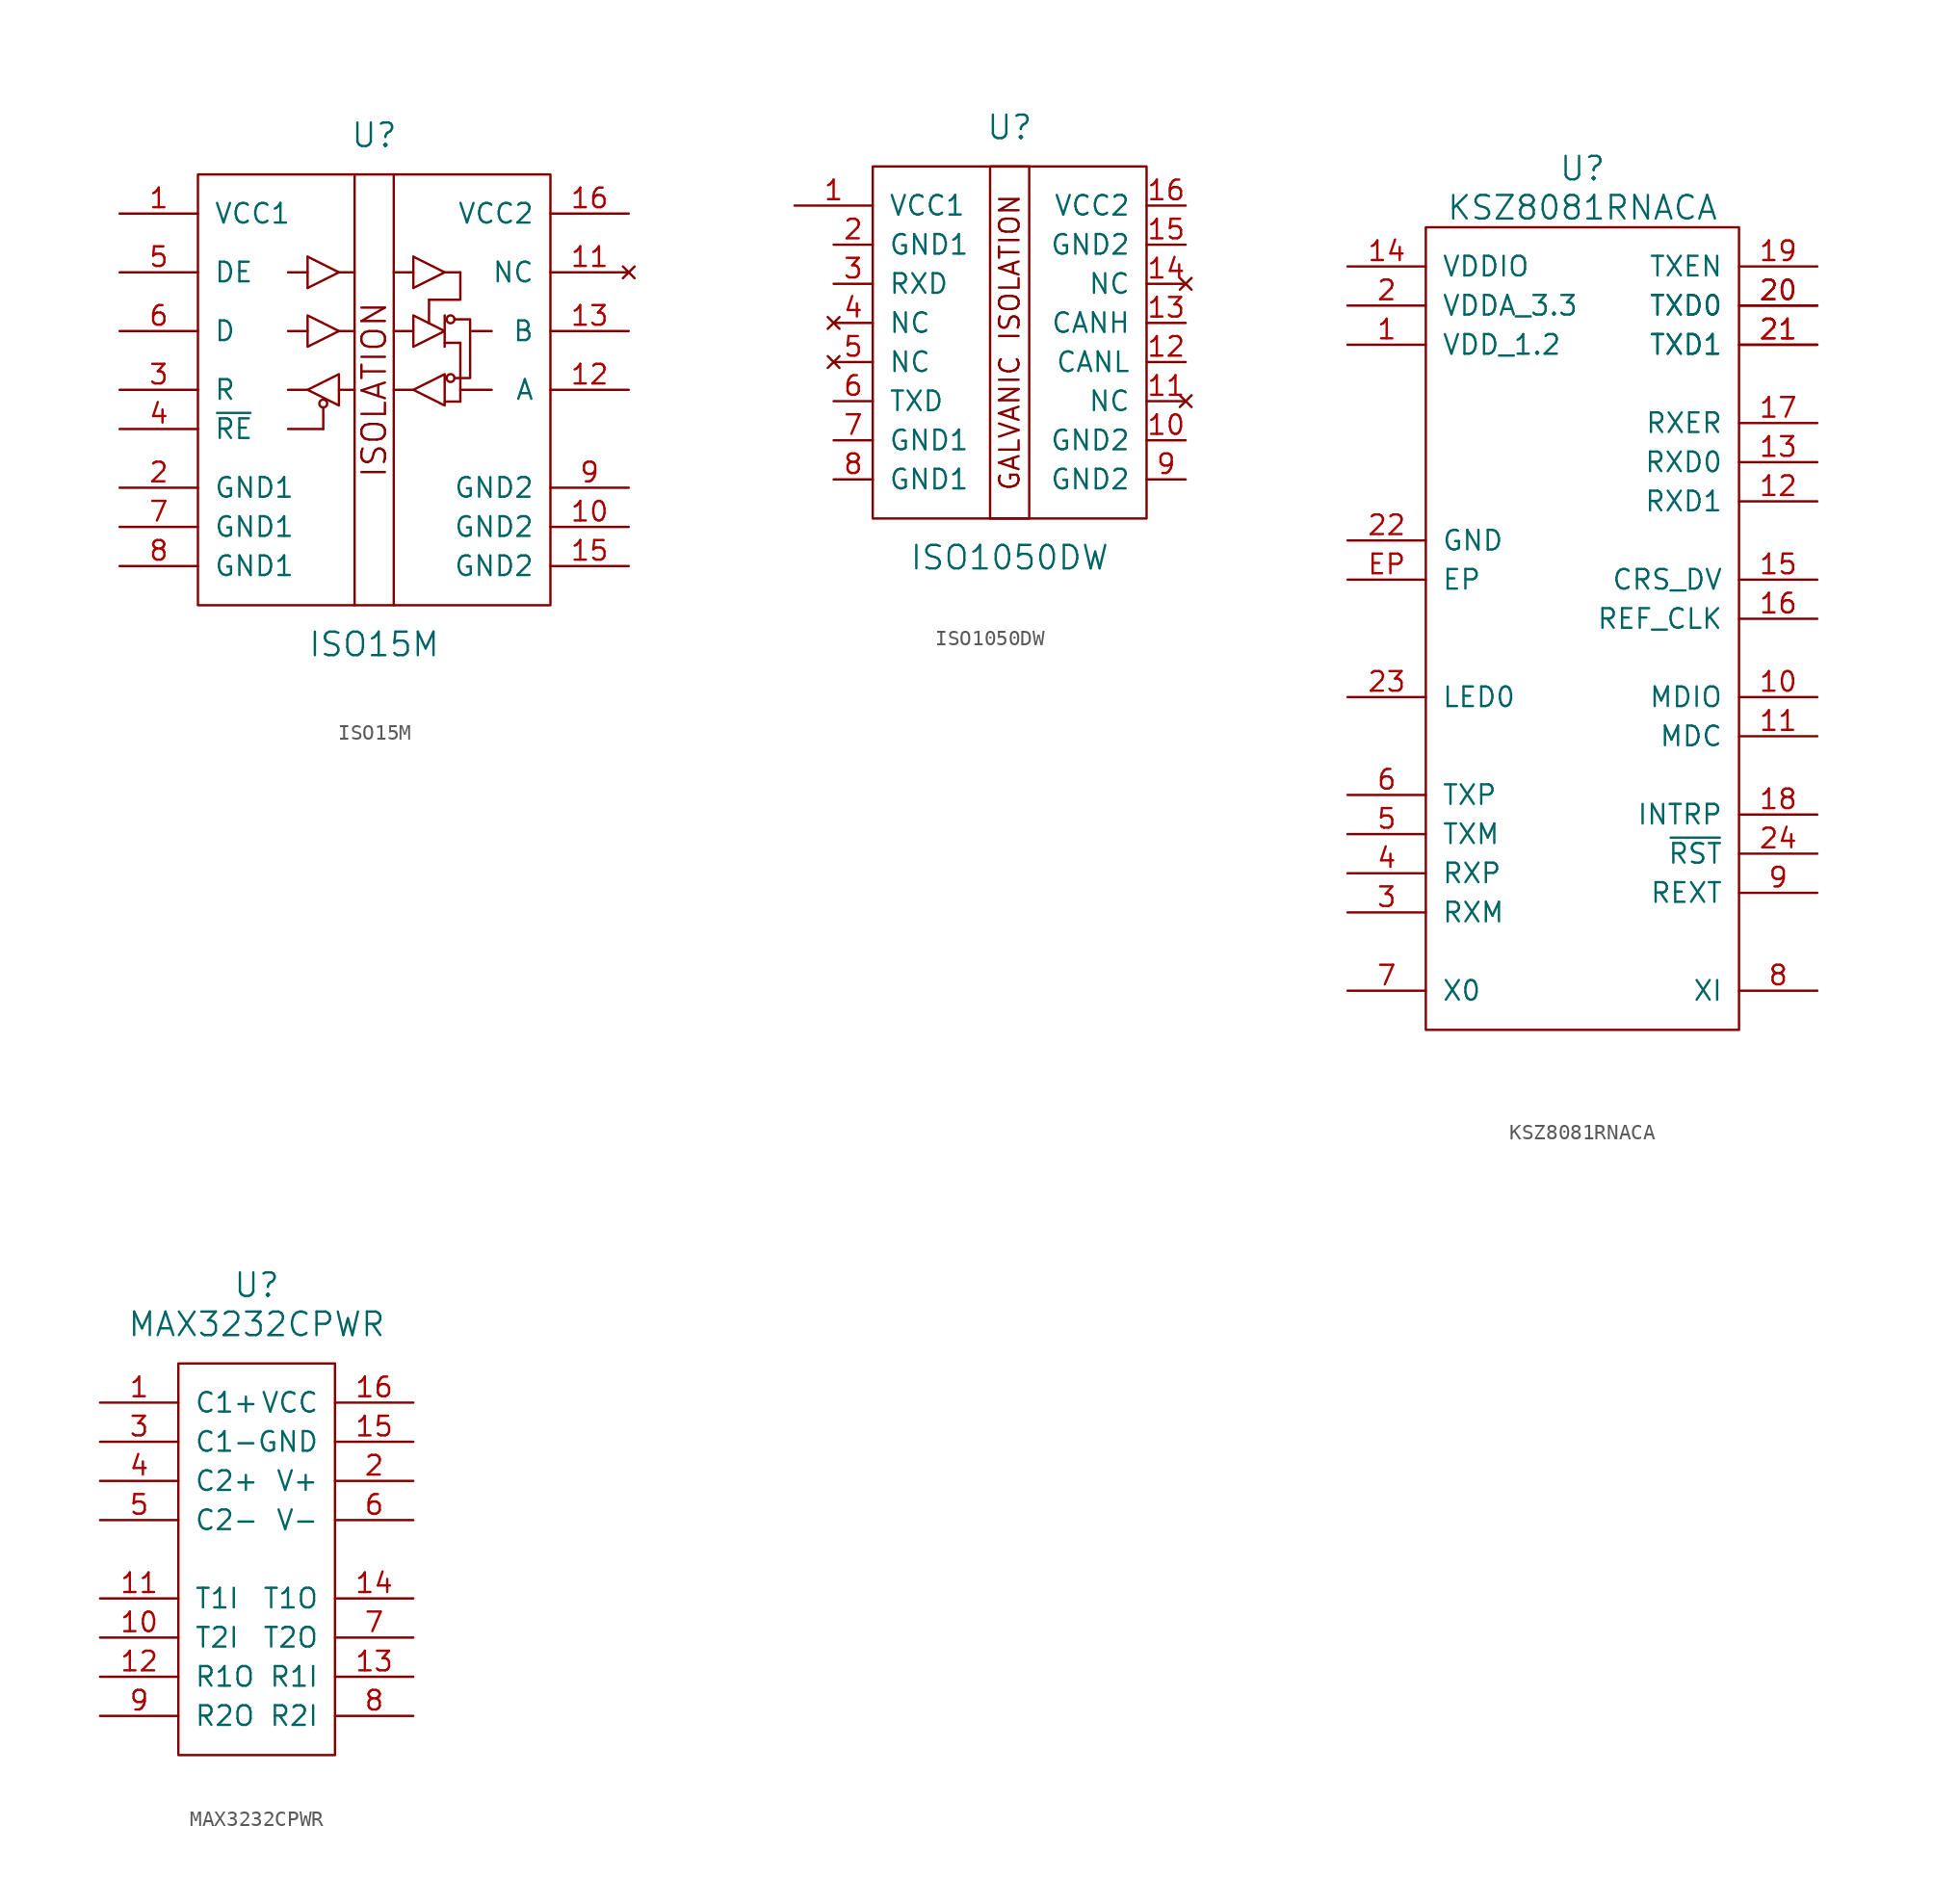
<source format=kicad_sym>
(kicad_symbol_lib
  (version 20201005)
  (generator kicad_symbol_editor)
  (symbol "ISO15M"
    (pin_names
      (offset 1.016))
    (property "Reference" "U"
      (at 0 16.51 0)
      (effects (font (size 1.524 1.524))))
    (property "Value" "ISO15M"
      (at 0 -16.51 0)
      (effects (font (size 1.524 1.524))))
    (symbol "ISO15M_0_0"
      (text "ISOLATION" (at 0 0 900) (effects (font (size 1.524 1.524)))))
    (symbol "ISO15M_0_1"
      (circle (center -3.302 -0.889) (radius 0.254) (stroke (width 0)) (fill (type none)))
      (circle (center 4.953 0.762) (radius 0.254) (stroke (width 0)) (fill (type none)))
      (circle (center 4.953 4.572) (radius 0.254) (stroke (width 0)) (fill (type none)))
      (rectangle (start -11.43 13.97) (end 11.43 -13.97) (stroke (width 0)) (fill (type none)))
      (polyline (pts (xy -5.588 0) (xy -4.318 0)) (stroke (width 0)) (fill (type none)))
      (polyline (pts (xy -5.588 3.81) (xy -4.318 3.81)) (stroke (width 0)) (fill (type none)))
      (polyline (pts (xy -4.318 7.62) (xy -5.588 7.62)) (stroke (width 0)) (fill (type none)))
      (polyline (pts (xy -4.318 8.636) (xy -4.318 6.604)) (stroke (width 0)) (fill (type none)))
      (polyline (pts (xy -3.302 -2.54) (xy -5.588 -2.54)) (stroke (width 0)) (fill (type none)))
      (polyline (pts (xy -3.302 -2.54) (xy -3.302 -1.143)) (stroke (width 0)) (fill (type none)))
      (polyline (pts (xy -2.286 0) (xy -1.27 0)) (stroke (width 0)) (fill (type none)))
      (polyline (pts (xy -2.286 3.81) (xy -1.27 3.81)) (stroke (width 0)) (fill (type none)))
      (polyline (pts (xy -2.286 7.62) (xy -1.27 7.62)) (stroke (width 0)) (fill (type none)))
      (polyline (pts (xy -1.27 13.97) (xy -1.27 -13.97)) (stroke (width 0)) (fill (type none)))
      (polyline (pts (xy 1.27 0) (xy 2.54 0)) (stroke (width 0)) (fill (type none)))
      (polyline (pts (xy 1.27 3.81) (xy 2.54 3.81)) (stroke (width 0)) (fill (type none)))
      (polyline (pts (xy 1.27 13.97) (xy 1.27 -13.97)) (stroke (width 0)) (fill (type none)))
      (polyline (pts (xy 2.54 7.62) (xy 1.27 7.62)) (stroke (width 0)) (fill (type none)))
      (polyline (pts (xy 2.54 8.636) (xy 2.54 6.604)) (stroke (width 0)) (fill (type none)))
      (polyline (pts (xy 3.556 4.318) (xy 3.556 5.842)) (stroke (width 0)) (fill (type none)))
      (polyline (pts (xy 4.572 -0.762) (xy 5.588 -0.762)) (stroke (width 0)) (fill (type none)))
      (polyline (pts (xy 4.572 2.794) (xy 4.572 4.826)) (stroke (width 0)) (fill (type none)))
      (polyline (pts (xy 4.572 3.048) (xy 5.588 3.048)) (stroke (width 0)) (fill (type none)))
      (polyline (pts (xy 4.572 7.62) (xy 5.588 7.62)) (stroke (width 0)) (fill (type none)))
      (polyline (pts (xy 5.588 0) (xy 7.62 0)) (stroke (width 0)) (fill (type none)))
      (polyline (pts (xy 5.588 3.048) (xy 5.588 -0.762)) (stroke (width 0)) (fill (type none)))
      (polyline (pts (xy 6.35 3.81) (xy 7.62 3.81)) (stroke (width 0)) (fill (type none)))
      (polyline (pts (xy -4.318 8.636) (xy -2.286 7.62) (xy -4.318 6.604)) (stroke (width 0)) (fill (type none)))
      (polyline (pts (xy 2.54 8.636) (xy 4.572 7.62) (xy 2.54 6.604)) (stroke (width 0)) (fill (type none)))
      (polyline (pts (xy 5.588 7.62) (xy 5.588 5.842) (xy 3.556 5.842)) (stroke (width 0)) (fill (type none)))
      (polyline (pts (xy -4.318 4.826) (xy -2.286 3.81) (xy -4.318 2.794) (xy -4.318 4.826)) (stroke (width 0)) (fill (type none)))
      (polyline (pts (xy -2.286 1.016) (xy -4.318 0) (xy -2.286 -1.016) (xy -2.286 1.016)) (stroke (width 0)) (fill (type none)))
      (polyline (pts (xy 2.54 4.826) (xy 4.572 3.81) (xy 2.54 2.794) (xy 2.54 4.826)) (stroke (width 0)) (fill (type none)))
      (polyline (pts (xy 4.572 1.016) (xy 2.54 0) (xy 4.572 -1.016) (xy 4.572 1.016)) (stroke (width 0)) (fill (type none)))
      (polyline (pts (xy 5.207 4.572) (xy 6.223 4.572) (xy 6.223 0.762) (xy 5.207 0.762)) (stroke (width 0)) (fill (type none))))
    (symbol "ISO15M_1_1"
      (pin power_in line (at -16.51 11.43 0) (length 5.08) (name "VCC1" (effects (font (size 1.27 1.27)))) (number "1" (effects (font (size 1.27 1.27)))))
      (pin power_in line (at 16.51 -8.89 180) (length 5.08) (name "GND2" (effects (font (size 1.27 1.27)))) (number "10" (effects (font (size 1.27 1.27)))))
      (pin unconnected line (at 16.51 7.62 180) (length 5.08) (name "NC" (effects (font (size 1.27 1.27)))) (number "11" (effects (font (size 1.27 1.27)))))
      (pin input line (at 16.51 0 180) (length 5.08) (name "A" (effects (font (size 1.27 1.27)))) (number "12" (effects (font (size 1.27 1.27)))))
      (pin output line (at 16.51 3.81 180) (length 5.08) (name "B" (effects (font (size 1.27 1.27)))) (number "13" (effects (font (size 1.27 1.27)))))
      (pin power_in line (at 16.51 -11.43 180) (length 5.08) (name "GND2" (effects (font (size 1.27 1.27)))) (number "15" (effects (font (size 1.27 1.27)))))
      (pin power_in line (at 16.51 11.43 180) (length 5.08) (name "VCC2" (effects (font (size 1.27 1.27)))) (number "16" (effects (font (size 1.27 1.27)))))
      (pin power_in line (at -16.51 -6.35 0) (length 5.08) (name "GND1" (effects (font (size 1.27 1.27)))) (number "2" (effects (font (size 1.27 1.27)))))
      (pin output line (at -16.51 0 0) (length 5.08) (name "R" (effects (font (size 1.27 1.27)))) (number "3" (effects (font (size 1.27 1.27)))))
      (pin output line (at -16.51 -2.54 0) (length 5.08) (name "~RE" (effects (font (size 1.27 1.27)))) (number "4" (effects (font (size 1.27 1.27)))))
      (pin input line (at -16.51 7.62 0) (length 5.08) (name "DE" (effects (font (size 1.27 1.27)))) (number "5" (effects (font (size 1.27 1.27)))))
      (pin input line (at -16.51 3.81 0) (length 5.08) (name "D" (effects (font (size 1.27 1.27)))) (number "6" (effects (font (size 1.27 1.27)))))
      (pin power_in line (at -16.51 -8.89 0) (length 5.08) (name "GND1" (effects (font (size 1.27 1.27)))) (number "7" (effects (font (size 1.27 1.27)))))
      (pin power_in line (at -16.51 -11.43 0) (length 5.08) (name "GND1" (effects (font (size 1.27 1.27)))) (number "8" (effects (font (size 1.27 1.27)))))
      (pin power_in line (at 16.51 -6.35 180) (length 5.08) (name "GND2" (effects (font (size 1.27 1.27)))) (number "9" (effects (font (size 1.27 1.27)))))))
  (symbol "ISO1050DW"
    (pin_names
      (offset 1.016))
    (property "Reference" "U"
      (at 0 13.97 0)
      (effects (font (size 1.524 1.524))))
    (property "Value" "ISO1050DW"
      (at 0 -13.97 0)
      (effects (font (size 1.524 1.524))))
    (symbol "ISO1050DW_0_0"
      (text "GALVANIC ISOLATION" (at 0 0 900) (effects (font (size 1.27 1.27)))))
    (symbol "ISO1050DW_0_1"
      (rectangle (start -8.89 11.43) (end 8.89 -11.43) (stroke (width 0)) (fill (type none)))
      (rectangle (start -1.27 11.43) (end 1.27 -11.43) (stroke (width 0)) (fill (type none))))
    (symbol "ISO1050DW_1_1"
      (pin power_in line (at -13.97 8.89 0) (length 5.08) (name "VCC1" (effects (font (size 1.27 1.27)))) (number "1" (effects (font (size 1.27 1.27)))))
      (pin power_in line (at 11.43 -6.35 180) (length 2.54) (name "GND2" (effects (font (size 1.27 1.27)))) (number "10" (effects (font (size 1.27 1.27)))))
      (pin unconnected line (at 11.43 -3.81 180) (length 2.54) (name "NC" (effects (font (size 1.27 1.27)))) (number "11" (effects (font (size 1.27 1.27)))))
      (pin bidirectional line (at 11.43 -1.27 180) (length 2.54) (name "CANL" (effects (font (size 1.27 1.27)))) (number "12" (effects (font (size 1.27 1.27)))))
      (pin bidirectional line (at 11.43 1.27 180) (length 2.54) (name "CANH" (effects (font (size 1.27 1.27)))) (number "13" (effects (font (size 1.27 1.27)))))
      (pin unconnected line (at 11.43 3.81 180) (length 2.54) (name "NC" (effects (font (size 1.27 1.27)))) (number "14" (effects (font (size 1.27 1.27)))))
      (pin power_in line (at 11.43 6.35 180) (length 2.54) (name "GND2" (effects (font (size 1.27 1.27)))) (number "15" (effects (font (size 1.27 1.27)))))
      (pin power_in line (at 11.43 8.89 180) (length 2.54) (name "VCC2" (effects (font (size 1.27 1.27)))) (number "16" (effects (font (size 1.27 1.27)))))
      (pin power_in line (at -11.43 6.35 0) (length 2.54) (name "GND1" (effects (font (size 1.27 1.27)))) (number "2" (effects (font (size 1.27 1.27)))))
      (pin input line (at -11.43 3.81 0) (length 2.54) (name "RXD" (effects (font (size 1.27 1.27)))) (number "3" (effects (font (size 1.27 1.27)))))
      (pin unconnected line (at -11.43 1.27 0) (length 2.54) (name "NC" (effects (font (size 1.27 1.27)))) (number "4" (effects (font (size 1.27 1.27)))))
      (pin unconnected line (at -11.43 -1.27 0) (length 2.54) (name "NC" (effects (font (size 1.27 1.27)))) (number "5" (effects (font (size 1.27 1.27)))))
      (pin output line (at -11.43 -3.81 0) (length 2.54) (name "TXD" (effects (font (size 1.27 1.27)))) (number "6" (effects (font (size 1.27 1.27)))))
      (pin power_in line (at -11.43 -6.35 0) (length 2.54) (name "GND1" (effects (font (size 1.27 1.27)))) (number "7" (effects (font (size 1.27 1.27)))))
      (pin power_in line (at -11.43 -8.89 0) (length 2.54) (name "GND1" (effects (font (size 1.27 1.27)))) (number "8" (effects (font (size 1.27 1.27)))))
      (pin power_in line (at 11.43 -8.89 180) (length 2.54) (name "GND2" (effects (font (size 1.27 1.27)))) (number "9" (effects (font (size 1.27 1.27)))))))
  (symbol "KSZ8081RNACA"
    (pin_names
      (offset 1.016))
    (property "Reference" "U"
      (at 0 31.75 0)
      (effects (font (size 1.524 1.524))))
    (property "Value" "KSZ8081RNACA"
      (at 0 29.21 0)
      (effects (font (size 1.524 1.524))))
    (symbol "KSZ8081RNACA_0_1"
      (rectangle (start -10.16 27.94) (end 10.16 -24.13) (stroke (width 0)) (fill (type none))))
    (symbol "KSZ8081RNACA_1_1"
      (pin power_in line (at -15.24 20.32 0) (length 5.08) (name "VDD_1.2" (effects (font (size 1.27 1.27)))) (number "1" (effects (font (size 1.27 1.27)))))
      (pin bidirectional line (at 15.24 -2.54 180) (length 5.08) (name "MDIO" (effects (font (size 1.27 1.27)))) (number "10" (effects (font (size 1.27 1.27)))))
      (pin input line (at 15.24 -5.08 180) (length 5.08) (name "MDC" (effects (font (size 1.27 1.27)))) (number "11" (effects (font (size 1.27 1.27)))))
      (pin input line (at 15.24 10.16 180) (length 5.08) (name "RXD1" (effects (font (size 1.27 1.27)))) (number "12" (effects (font (size 1.27 1.27)))))
      (pin input line (at 15.24 12.7 180) (length 5.08) (name "RXD0" (effects (font (size 1.27 1.27)))) (number "13" (effects (font (size 1.27 1.27)))))
      (pin power_in line (at -15.24 25.4 0) (length 5.08) (name "VDDIO" (effects (font (size 1.27 1.27)))) (number "14" (effects (font (size 1.27 1.27)))))
      (pin bidirectional line (at 15.24 5.08 180) (length 5.08) (name "CRS_DV" (effects (font (size 1.27 1.27)))) (number "15" (effects (font (size 1.27 1.27)))))
      (pin bidirectional line (at 15.24 2.54 180) (length 5.08) (name "REF_CLK" (effects (font (size 1.27 1.27)))) (number "16" (effects (font (size 1.27 1.27)))))
      (pin input line (at 15.24 15.24 180) (length 5.08) (name "RXER" (effects (font (size 1.27 1.27)))) (number "17" (effects (font (size 1.27 1.27)))))
      (pin bidirectional line (at 15.24 -10.16 180) (length 5.08) (name "INTRP" (effects (font (size 1.27 1.27)))) (number "18" (effects (font (size 1.27 1.27)))))
      (pin output line (at 15.24 25.4 180) (length 5.08) (name "TXEN" (effects (font (size 1.27 1.27)))) (number "19" (effects (font (size 1.27 1.27)))))
      (pin power_in line (at -15.24 22.86 0) (length 5.08) (name "VDDA_3.3" (effects (font (size 1.27 1.27)))) (number "2" (effects (font (size 1.27 1.27)))))
      (pin output line (at 15.24 22.86 180) (length 5.08) (name "TXD0" (effects (font (size 1.27 1.27)))) (number "20" (effects (font (size 1.27 1.27)))))
      (pin output line (at 15.24 22.86 180) (length 5.08) (name "TXD0" (effects (font (size 1.27 1.27)))) (number "20" (effects (font (size 1.27 1.27)))))
      (pin output line (at 15.24 20.32 180) (length 5.08) (name "TXD1" (effects (font (size 1.27 1.27)))) (number "21" (effects (font (size 1.27 1.27)))))
      (pin output line (at 15.24 20.32 180) (length 5.08) (name "TXD1" (effects (font (size 1.27 1.27)))) (number "21" (effects (font (size 1.27 1.27)))))
      (pin power_in line (at -15.24 7.62 0) (length 5.08) (name "GND" (effects (font (size 1.27 1.27)))) (number "22" (effects (font (size 1.27 1.27)))))
      (pin output line (at -15.24 -2.54 0) (length 5.08) (name "LED0" (effects (font (size 1.27 1.27)))) (number "23" (effects (font (size 1.27 1.27)))))
      (pin input line (at 15.24 -12.7 180) (length 5.08) (name "~RST" (effects (font (size 1.27 1.27)))) (number "24" (effects (font (size 1.27 1.27)))))
      (pin bidirectional line (at -15.24 -16.51 0) (length 5.08) (name "RXM" (effects (font (size 1.27 1.27)))) (number "3" (effects (font (size 1.27 1.27)))))
      (pin bidirectional line (at -15.24 -13.97 0) (length 5.08) (name "RXP" (effects (font (size 1.27 1.27)))) (number "4" (effects (font (size 1.27 1.27)))))
      (pin bidirectional line (at -15.24 -11.43 0) (length 5.08) (name "TXM" (effects (font (size 1.27 1.27)))) (number "5" (effects (font (size 1.27 1.27)))))
      (pin bidirectional line (at -15.24 -8.89 0) (length 5.08) (name "TXP" (effects (font (size 1.27 1.27)))) (number "6" (effects (font (size 1.27 1.27)))))
      (pin output line (at -15.24 -21.59 0) (length 5.08) (name "X0" (effects (font (size 1.27 1.27)))) (number "7" (effects (font (size 1.27 1.27)))))
      (pin input line (at 15.24 -21.59 180) (length 5.08) (name "XI" (effects (font (size 1.27 1.27)))) (number "8" (effects (font (size 1.27 1.27)))))
      (pin input line (at 15.24 -15.24 180) (length 5.08) (name "REXT" (effects (font (size 1.27 1.27)))) (number "9" (effects (font (size 1.27 1.27)))))
      (pin power_in line (at -15.24 5.08 0) (length 5.08) (name "EP" (effects (font (size 1.27 1.27)))) (number "EP" (effects (font (size 1.27 1.27)))))))
  (symbol "MAX3232CPWR"
    (pin_names
      (offset 1.016))
    (property "Reference" "U"
      (at 0 17.78 0)
      (effects (font (size 1.524 1.524))))
    (property "Value" "MAX3232CPWR"
      (at 0 15.24 0)
      (effects (font (size 1.524 1.524))))
    (symbol "MAX3232CPWR_0_1"
      (rectangle (start 5.08 12.7) (end -5.08 -12.7) (stroke (width 0)) (fill (type none))))
    (symbol "MAX3232CPWR_1_1"
      (pin input line (at -10.16 10.16 0) (length 5.08) (name "C1+" (effects (font (size 1.27 1.27)))) (number "1" (effects (font (size 1.27 1.27)))))
      (pin input line (at -10.16 -5.08 0) (length 5.08) (name "T2I" (effects (font (size 1.27 1.27)))) (number "10" (effects (font (size 1.27 1.27)))))
      (pin input line (at -10.16 -2.54 0) (length 5.08) (name "T1I" (effects (font (size 1.27 1.27)))) (number "11" (effects (font (size 1.27 1.27)))))
      (pin output line (at -10.16 -7.62 0) (length 5.08) (name "R1O" (effects (font (size 1.27 1.27)))) (number "12" (effects (font (size 1.27 1.27)))))
      (pin input line (at 10.16 -7.62 180) (length 5.08) (name "R1I" (effects (font (size 1.27 1.27)))) (number "13" (effects (font (size 1.27 1.27)))))
      (pin output line (at 10.16 -2.54 180) (length 5.08) (name "T1O" (effects (font (size 1.27 1.27)))) (number "14" (effects (font (size 1.27 1.27)))))
      (pin power_in line (at 10.16 7.62 180) (length 5.08) (name "GND" (effects (font (size 1.27 1.27)))) (number "15" (effects (font (size 1.27 1.27)))))
      (pin power_in line (at 10.16 10.16 180) (length 5.08) (name "VCC" (effects (font (size 1.27 1.27)))) (number "16" (effects (font (size 1.27 1.27)))))
      (pin output line (at 10.16 5.08 180) (length 5.08) (name "V+" (effects (font (size 1.27 1.27)))) (number "2" (effects (font (size 1.27 1.27)))))
      (pin input line (at -10.16 7.62 0) (length 5.08) (name "C1-" (effects (font (size 1.27 1.27)))) (number "3" (effects (font (size 1.27 1.27)))))
      (pin input line (at -10.16 5.08 0) (length 5.08) (name "C2+" (effects (font (size 1.27 1.27)))) (number "4" (effects (font (size 1.27 1.27)))))
      (pin input line (at -10.16 2.54 0) (length 5.08) (name "C2-" (effects (font (size 1.27 1.27)))) (number "5" (effects (font (size 1.27 1.27)))))
      (pin output line (at 10.16 2.54 180) (length 5.08) (name "V-" (effects (font (size 1.27 1.27)))) (number "6" (effects (font (size 1.27 1.27)))))
      (pin output line (at 10.16 -5.08 180) (length 5.08) (name "T2O" (effects (font (size 1.27 1.27)))) (number "7" (effects (font (size 1.27 1.27)))))
      (pin input line (at 10.16 -10.16 180) (length 5.08) (name "R2I" (effects (font (size 1.27 1.27)))) (number "8" (effects (font (size 1.27 1.27)))))
      (pin output line (at -10.16 -10.16 0) (length 5.08) (name "R2O" (effects (font (size 1.27 1.27)))) (number "9" (effects (font (size 1.27 1.27))))))))
</source>
